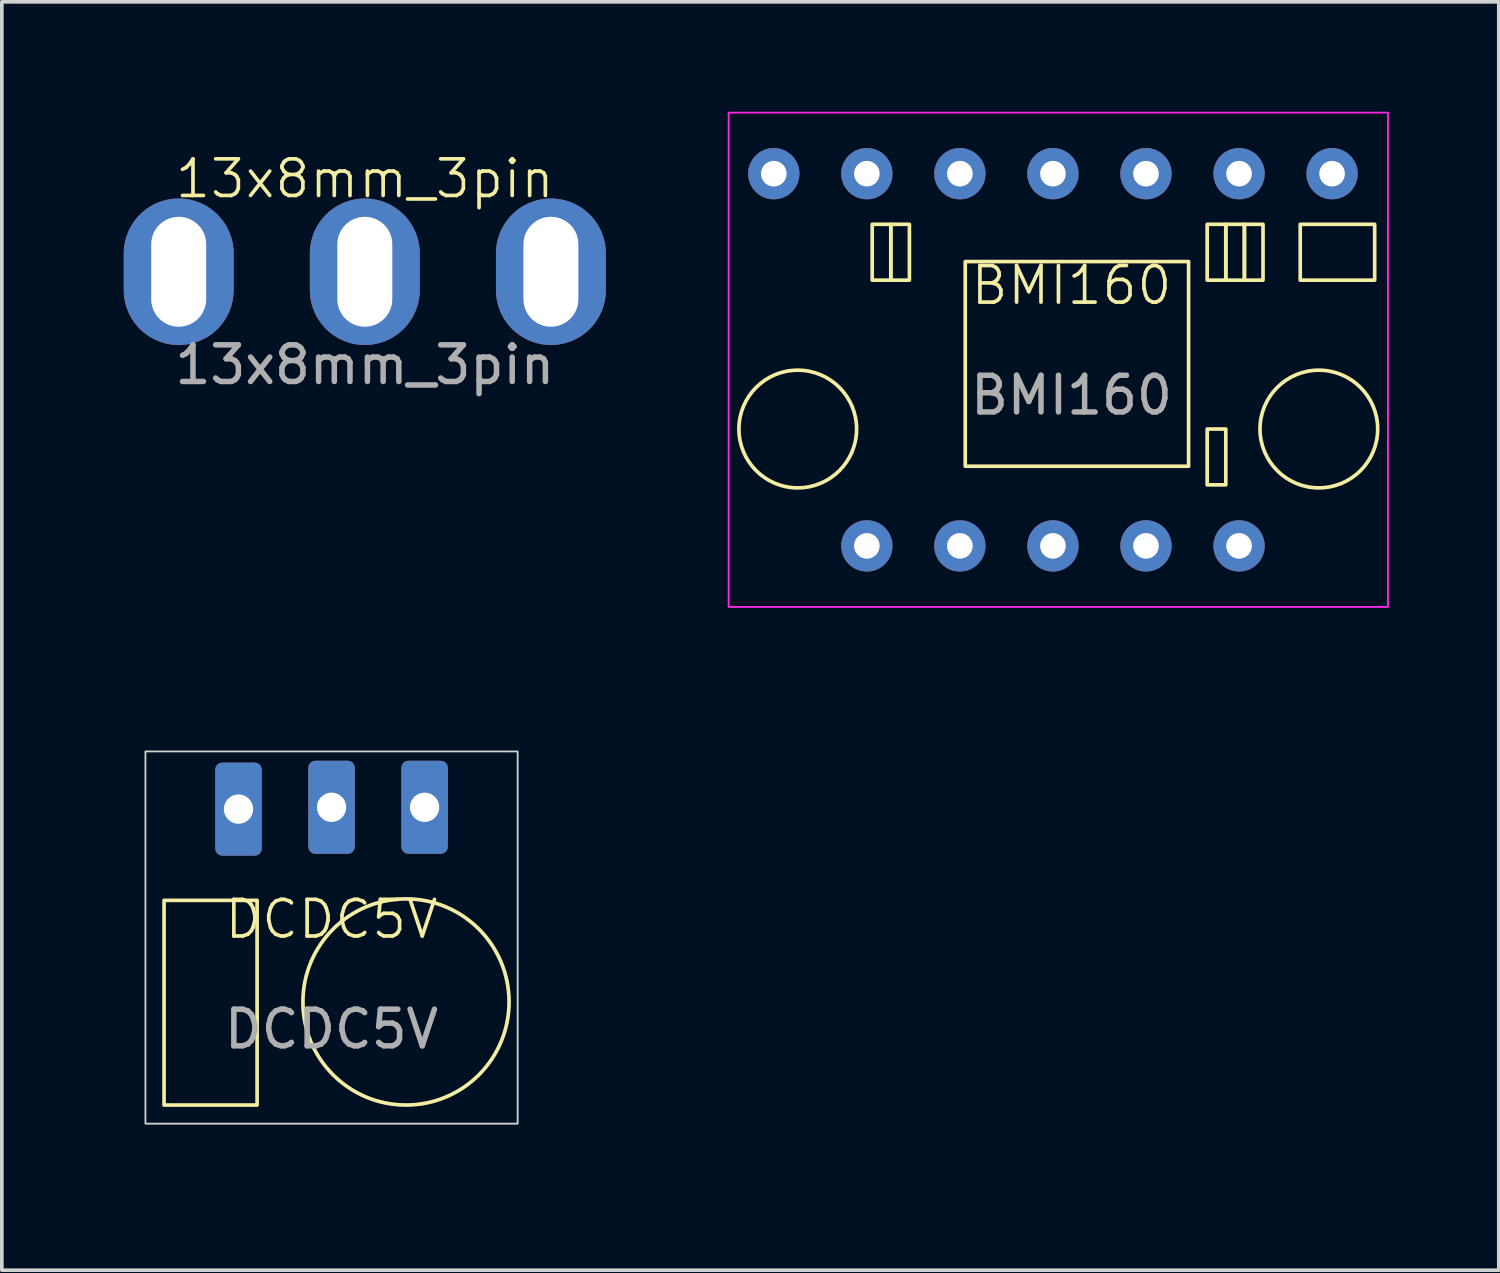
<source format=kicad_pcb>
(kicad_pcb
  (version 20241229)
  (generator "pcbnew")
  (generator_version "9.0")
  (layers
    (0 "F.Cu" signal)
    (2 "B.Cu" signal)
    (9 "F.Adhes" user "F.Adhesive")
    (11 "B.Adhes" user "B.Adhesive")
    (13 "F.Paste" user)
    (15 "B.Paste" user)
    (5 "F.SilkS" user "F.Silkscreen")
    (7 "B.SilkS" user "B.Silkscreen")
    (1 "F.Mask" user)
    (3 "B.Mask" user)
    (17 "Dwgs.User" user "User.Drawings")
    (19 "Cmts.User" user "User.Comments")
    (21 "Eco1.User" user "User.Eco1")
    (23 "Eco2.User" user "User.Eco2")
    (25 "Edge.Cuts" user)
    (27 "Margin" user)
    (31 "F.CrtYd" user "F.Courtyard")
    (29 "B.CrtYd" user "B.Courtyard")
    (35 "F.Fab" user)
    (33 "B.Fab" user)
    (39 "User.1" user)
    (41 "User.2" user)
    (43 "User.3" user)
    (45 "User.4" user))
  (footprint "13x8mm_3pin"
    (layer "F.Cu")
    (at 6.908 3.098)
    (property "Reference" "13x8mm_3pin" (at 0 -1.27 0) (unlocked yes) (layer "F.SilkS") (effects (font (size 1 1) (thickness 0.1))))
    (attr through_hole)
    (fp_rect (start -6.858 -3.048) (end 6.858 5.588) (stroke (width 0.1) (type default)) (fill no) (layer "Margin"))
    (fp_text user "${REFERENCE}" (at 0 3.81 0) (unlocked yes) (layer "F.Fab") (effects (font (size 1 1) (thickness 0.15))))
    (pad "1" thru_hole oval (at -5.08 1.27 90) (size 4 3) (drill oval 3 1.5) (layers "*.Cu" "*.Mask"))
    (pad "2" thru_hole oval (at 0 1.27 90) (size 4 3) (drill oval 3 1.5) (layers "*.Cu" "*.Mask"))
    (pad "3" thru_hole oval (at 5.08 1.27 90) (size 4 3) (drill oval 3 1.5) (layers "*.Cu" "*.Mask")))
  (footprint "BMI160"
    (layer "F.Cu")
    (at 25.838 6.629)
    (property "Reference" "BMI160" (at 0.361 -1.89 0) (unlocked yes) (layer "F.SilkS") (effects (font (size 1 1) (thickness 0.1))))
    (attr through_hole)
    (fp_rect (start -5.08 -3.556) (end -4.572 -2.032) (stroke (width 0.1) (type default)) (fill no) (layer "F.SilkS"))
    (fp_rect (start -4.572 -3.556) (end -4.064 -2.032) (stroke (width 0.1) (type default)) (fill no) (layer "F.SilkS"))
    (fp_rect (start -2.54 -2.54) (end 3.556 3.048) (stroke (width 0.1) (type default)) (fill no) (layer "F.SilkS"))
    (fp_rect (start 4.064 -3.556) (end 4.572 -2.032) (stroke (width 0.1) (type default)) (fill no) (layer "F.SilkS"))
    (fp_rect (start 4.064 2.032) (end 4.572 3.556) (stroke (width 0.1) (type default)) (fill no) (layer "F.SilkS"))
    (fp_rect (start 4.572 -3.556) (end 5.08 -2.032) (stroke (width 0.1) (type default)) (fill no) (layer "F.SilkS"))
    (fp_rect (start 5.08 -3.556) (end 5.588 -2.032) (stroke (width 0.1) (type default)) (fill no) (layer "F.SilkS"))
    (fp_rect (start 6.604 -3.556) (end 8.636 -2.032) (stroke (width 0.1) (type default)) (fill no) (layer "F.SilkS"))
    (fp_circle (center -7.112 2.032) (end -6.604 0.508) (stroke (width 0.1) (type default)) (fill no) (layer "F.SilkS"))
    (fp_circle (center 7.112 2.032) (end 6.604 0.508) (stroke (width 0.1) (type default)) (fill no) (layer "F.SilkS"))
    (fp_rect (start -8.998 -6.604) (end 8.998 6.888) (stroke (width 0.05) (type solid)) (fill no) (layer "F.CrtYd"))
    (fp_text user "${REFERENCE}" (at 0.361 1.11 0) (unlocked yes) (layer "F.Fab") (effects (font (size 1 1) (thickness 0.15))))
    (pad "1" thru_hole circle (at 7.473 -4.938) (size 1.4 1.4) (drill 0.7) (layers "*.Cu" "*.Mask"))
    (pad "2" thru_hole circle (at 4.934 -4.938) (size 1.4 1.4) (drill 0.7) (layers "*.Cu" "*.Mask"))
    (pad "3" thru_hole circle (at 2.393 -4.938) (size 1.4 1.4) (drill 0.7) (layers "*.Cu" "*.Mask"))
    (pad "4" thru_hole circle (at -0.146 -4.938) (size 1.4 1.4) (drill 0.7) (layers "*.Cu" "*.Mask"))
    (pad "5" thru_hole circle (at -2.687 -4.938) (size 1.4 1.4) (drill 0.7) (layers "*.Cu" "*.Mask"))
    (pad "6" thru_hole circle (at -5.226 -4.938) (size 1.4 1.4) (drill 0.7) (layers "*.Cu" "*.Mask"))
    (pad "7" thru_hole circle (at -7.766 -4.938) (size 1.4 1.4) (drill 0.7) (layers "*.Cu" "*.Mask"))
    (pad "8" thru_hole circle (at 4.934 5.222) (size 1.4 1.4) (drill 0.7) (layers "*.Cu" "*.Mask"))
    (pad "9" thru_hole circle (at 2.393 5.222) (size 1.4 1.4) (drill 0.7) (layers "*.Cu" "*.Mask"))
    (pad "10" thru_hole circle (at -0.146 5.222) (size 1.4 1.4) (drill 0.7) (layers "*.Cu" "*.Mask"))
    (pad "11" thru_hole circle (at -2.687 5.222) (size 1.4 1.4) (drill 0.7) (layers "*.Cu" "*.Mask"))
    (pad "12" thru_hole circle (at -5.226 5.222) (size 1.4 1.4) (drill 0.7) (layers "*.Cu" "*.Mask")))
  (footprint "DCDC5V"
    (layer "F.Cu")
    (at 6 22.542)
    (property "Reference" "DCDC5V" (at 0 -0.5 0) (unlocked yes) (layer "F.SilkS") (effects (font (size 1 1) (thickness 0.1))))
    (attr through_hole)
    (fp_rect (start -4.572 -1.016) (end -2.032 4.572) (stroke (width 0.1) (type default)) (fill no) (layer "F.SilkS"))
    (fp_circle (center 2.032 1.758) (end 3.978 3.79) (stroke (width 0.1) (type default)) (fill no) (layer "F.SilkS"))
    (fp_rect (start -5.08 -5.08) (end 5.08 5.08) (stroke (width 0.05) (type default)) (fill no) (layer "Edge.Cuts"))
    (fp_rect (start -5.95 -5.95) (end 6.03 6.03) (stroke (width 0.1) (type default)) (fill no) (layer "Margin"))
    (fp_text user "${REFERENCE}" (at 0 2.5 0) (unlocked yes) (layer "F.Fab") (effects (font (size 1 1) (thickness 0.15))))
    (pad "1" thru_hole roundrect (at 2.54 -3.556 90) (size 2.54 1.27) (drill 0.8) (layers "*.Cu" "*.Mask") (roundrect_rratio 0.15))
    (pad "2" thru_hole roundrect (at 0 -3.556 90) (size 2.54 1.27) (drill 0.8) (layers "*.Cu" "*.Mask") (roundrect_rratio 0.15))
    (pad "3" thru_hole roundrect (at -2.54 -3.506 90) (size 2.54 1.27) (drill 0.8) (layers "*.Cu" "*.Mask") (roundrect_rratio 0.15)))
  (gr_rect
    (start -3 -3)
    (end 37.861 31.622)
    (stroke (width 0.1) (type default))
    (fill no)
    (layer "Edge.Cuts")))
</source>
